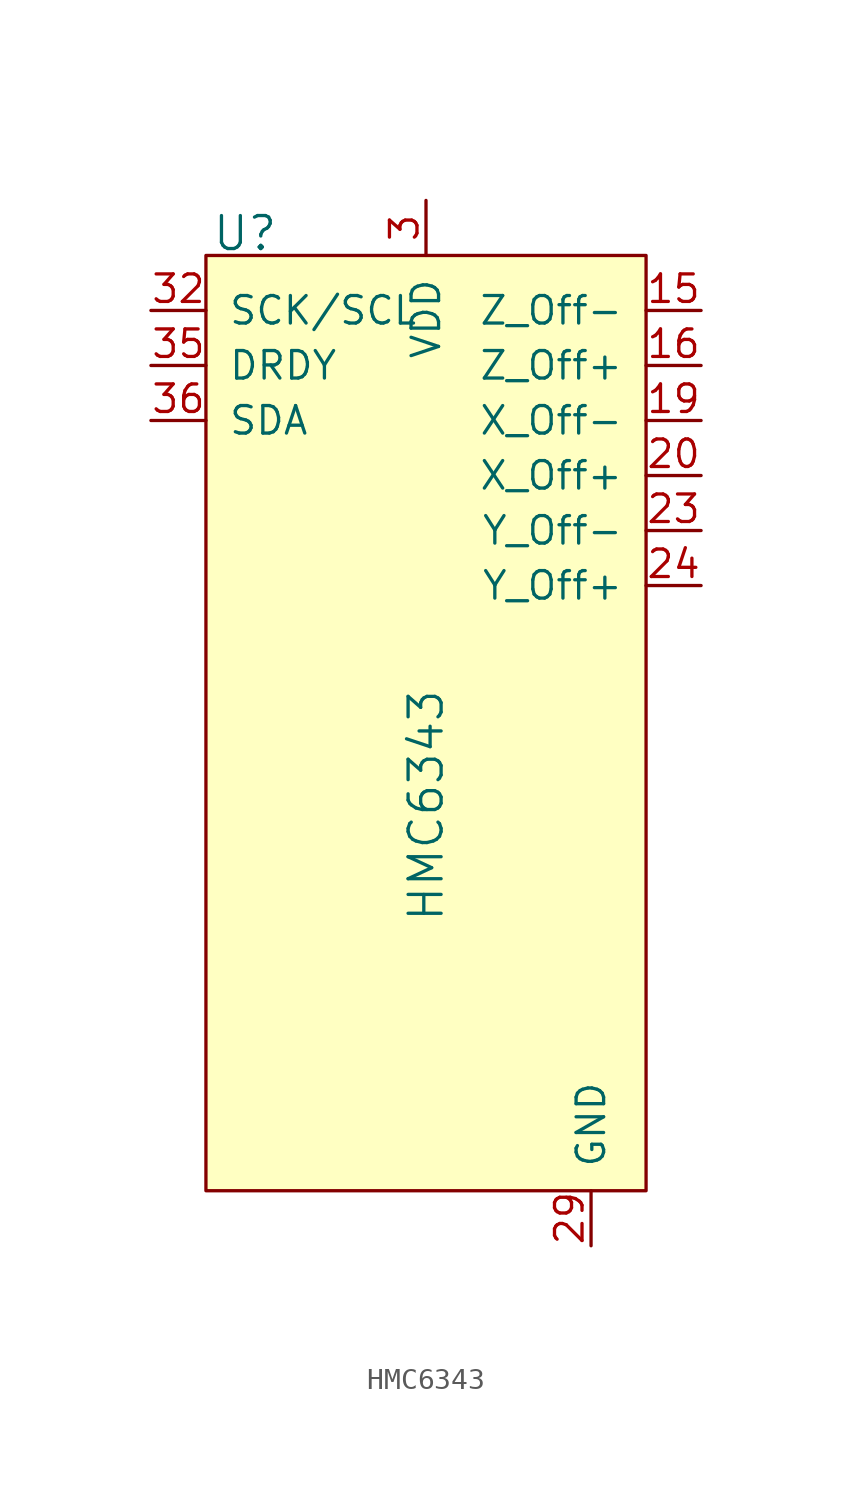
<source format=kicad_sym>
(kicad_symbol_lib
  (version 20220914)
  (generator kicad_symbol_editor)
  (symbol "HMC6343"
    (pin_names
      (offset 1.016))
    (property "Reference" "U"
      (at -9.906 18.796 0)
      (effects (font (size 1.524 1.524)) (justify left)))
    (property "Value" "HMC6343"
      (at 0 -7.62 90)
      (effects (font (size 1.524 1.524))))
    (symbol "HMC6343_0_1"
      (rectangle (start -10.16 17.78) (end 10.16 -25.4) (stroke (width 0) (type default)) (fill (type background))))
    (symbol "HMC6343_1_1"
      (pin no_connect line (at -10.16 7.62 0) (length 2.54) hide (name "NC" (effects (font (size 1.27 1.27)))) (number "1" (effects (font (size 1.27 1.27)))))
      (pin no_connect line (at -10.16 -12.7 0) (length 2.54) hide (name "NC" (effects (font (size 1.27 1.27)))) (number "10" (effects (font (size 1.27 1.27)))))
      (pin no_connect line (at -10.16 -15.24 0) (length 2.54) hide (name "NC" (effects (font (size 1.27 1.27)))) (number "11" (effects (font (size 1.27 1.27)))))
      (pin no_connect line (at -10.16 -17.78 0) (length 2.54) hide (name "NC" (effects (font (size 1.27 1.27)))) (number "12" (effects (font (size 1.27 1.27)))))
      (pin no_connect line (at -7.62 -25.4 90) (length 2.54) hide (name "NC" (effects (font (size 1.27 1.27)))) (number "13" (effects (font (size 1.27 1.27)))))
      (pin no_connect line (at -5.08 -25.4 90) (length 2.54) hide (name "NC" (effects (font (size 1.27 1.27)))) (number "14" (effects (font (size 1.27 1.27)))))
      (pin output line (at 12.7 15.24 180) (length 2.54) (name "Z_Off-" (effects (font (size 1.27 1.27)))) (number "15" (effects (font (size 1.27 1.27)))))
      (pin output line (at 12.7 12.7 180) (length 2.54) (name "Z_Off+" (effects (font (size 1.27 1.27)))) (number "16" (effects (font (size 1.27 1.27)))))
      (pin no_connect line (at -2.54 -25.4 90) (length 2.54) hide (name "NC" (effects (font (size 1.27 1.27)))) (number "17" (effects (font (size 1.27 1.27)))))
      (pin no_connect line (at 0 -25.4 90) (length 2.54) hide (name "NC" (effects (font (size 1.27 1.27)))) (number "18" (effects (font (size 1.27 1.27)))))
      (pin output line (at 12.7 10.16 180) (length 2.54) (name "X_Off-" (effects (font (size 1.27 1.27)))) (number "19" (effects (font (size 1.27 1.27)))))
      (pin no_connect line (at -10.16 5.08 0) (length 2.54) hide (name "NC" (effects (font (size 1.27 1.27)))) (number "2" (effects (font (size 1.27 1.27)))))
      (pin output line (at 12.7 7.62 180) (length 2.54) (name "X_Off+" (effects (font (size 1.27 1.27)))) (number "20" (effects (font (size 1.27 1.27)))))
      (pin no_connect line (at 2.54 -25.4 90) (length 2.54) hide (name "NC" (effects (font (size 1.27 1.27)))) (number "21" (effects (font (size 1.27 1.27)))))
      (pin no_connect line (at 5.08 -25.4 90) (length 2.54) hide (name "NC" (effects (font (size 1.27 1.27)))) (number "22" (effects (font (size 1.27 1.27)))))
      (pin output line (at 12.7 5.08 180) (length 2.54) (name "Y_Off-" (effects (font (size 1.27 1.27)))) (number "23" (effects (font (size 1.27 1.27)))))
      (pin output line (at 12.7 2.54 180) (length 2.54) (name "Y_Off+" (effects (font (size 1.27 1.27)))) (number "24" (effects (font (size 1.27 1.27)))))
      (pin no_connect line (at 10.16 -17.78 180) (length 2.54) hide (name "NC" (effects (font (size 1.27 1.27)))) (number "25" (effects (font (size 1.27 1.27)))))
      (pin no_connect line (at 10.16 -15.24 180) (length 2.54) hide (name "NC" (effects (font (size 1.27 1.27)))) (number "26" (effects (font (size 1.27 1.27)))))
      (pin no_connect line (at 10.16 -12.7 180) (length 2.54) hide (name "NC" (effects (font (size 1.27 1.27)))) (number "27" (effects (font (size 1.27 1.27)))))
      (pin no_connect line (at 10.16 -10.16 180) (length 2.54) hide (name "NC" (effects (font (size 1.27 1.27)))) (number "28" (effects (font (size 1.27 1.27)))))
      (pin power_in line (at 7.62 -27.94 90) (length 2.54) (name "GND" (effects (font (size 1.27 1.27)))) (number "29" (effects (font (size 1.27 1.27)))))
      (pin power_in line (at 0 20.32 270) (length 2.54) (name "VDD" (effects (font (size 1.27 1.27)))) (number "3" (effects (font (size 1.27 1.27)))))
      (pin no_connect line (at 10.16 -7.62 180) (length 2.54) hide (name "NC" (effects (font (size 1.27 1.27)))) (number "30" (effects (font (size 1.27 1.27)))))
      (pin no_connect line (at 10.16 -5.08 180) (length 2.54) hide (name "NC" (effects (font (size 1.27 1.27)))) (number "31" (effects (font (size 1.27 1.27)))))
      (pin input line (at -12.7 15.24 0) (length 2.54) (name "SCK/SCL" (effects (font (size 1.27 1.27)))) (number "32" (effects (font (size 1.27 1.27)))))
      (pin no_connect line (at 10.16 -2.54 180) (length 2.54) hide (name "NC" (effects (font (size 1.27 1.27)))) (number "33" (effects (font (size 1.27 1.27)))))
      (pin no_connect line (at 10.16 0 180) (length 2.54) hide (name "NC" (effects (font (size 1.27 1.27)))) (number "34" (effects (font (size 1.27 1.27)))))
      (pin input line (at -12.7 12.7 0) (length 2.54) (name "DRDY" (effects (font (size 1.27 1.27)))) (number "35" (effects (font (size 1.27 1.27)))))
      (pin input line (at -12.7 10.16 0) (length 2.54) (name "SDA" (effects (font (size 1.27 1.27)))) (number "36" (effects (font (size 1.27 1.27)))))
      (pin no_connect line (at -10.16 2.54 0) (length 2.54) hide (name "NC" (effects (font (size 1.27 1.27)))) (number "4" (effects (font (size 1.27 1.27)))))
      (pin no_connect line (at -10.16 0 0) (length 2.54) hide (name "NC" (effects (font (size 1.27 1.27)))) (number "5" (effects (font (size 1.27 1.27)))))
      (pin no_connect line (at -10.16 -2.54 0) (length 2.54) hide (name "NC" (effects (font (size 1.27 1.27)))) (number "6" (effects (font (size 1.27 1.27)))))
      (pin no_connect line (at -10.16 -5.08 0) (length 2.54) hide (name "NC" (effects (font (size 1.27 1.27)))) (number "7" (effects (font (size 1.27 1.27)))))
      (pin no_connect line (at -10.16 -7.62 0) (length 2.54) hide (name "NC" (effects (font (size 1.27 1.27)))) (number "8" (effects (font (size 1.27 1.27)))))
      (pin no_connect line (at -10.16 -10.16 0) (length 2.54) hide (name "NC" (effects (font (size 1.27 1.27)))) (number "9" (effects (font (size 1.27 1.27))))))))
</source>
